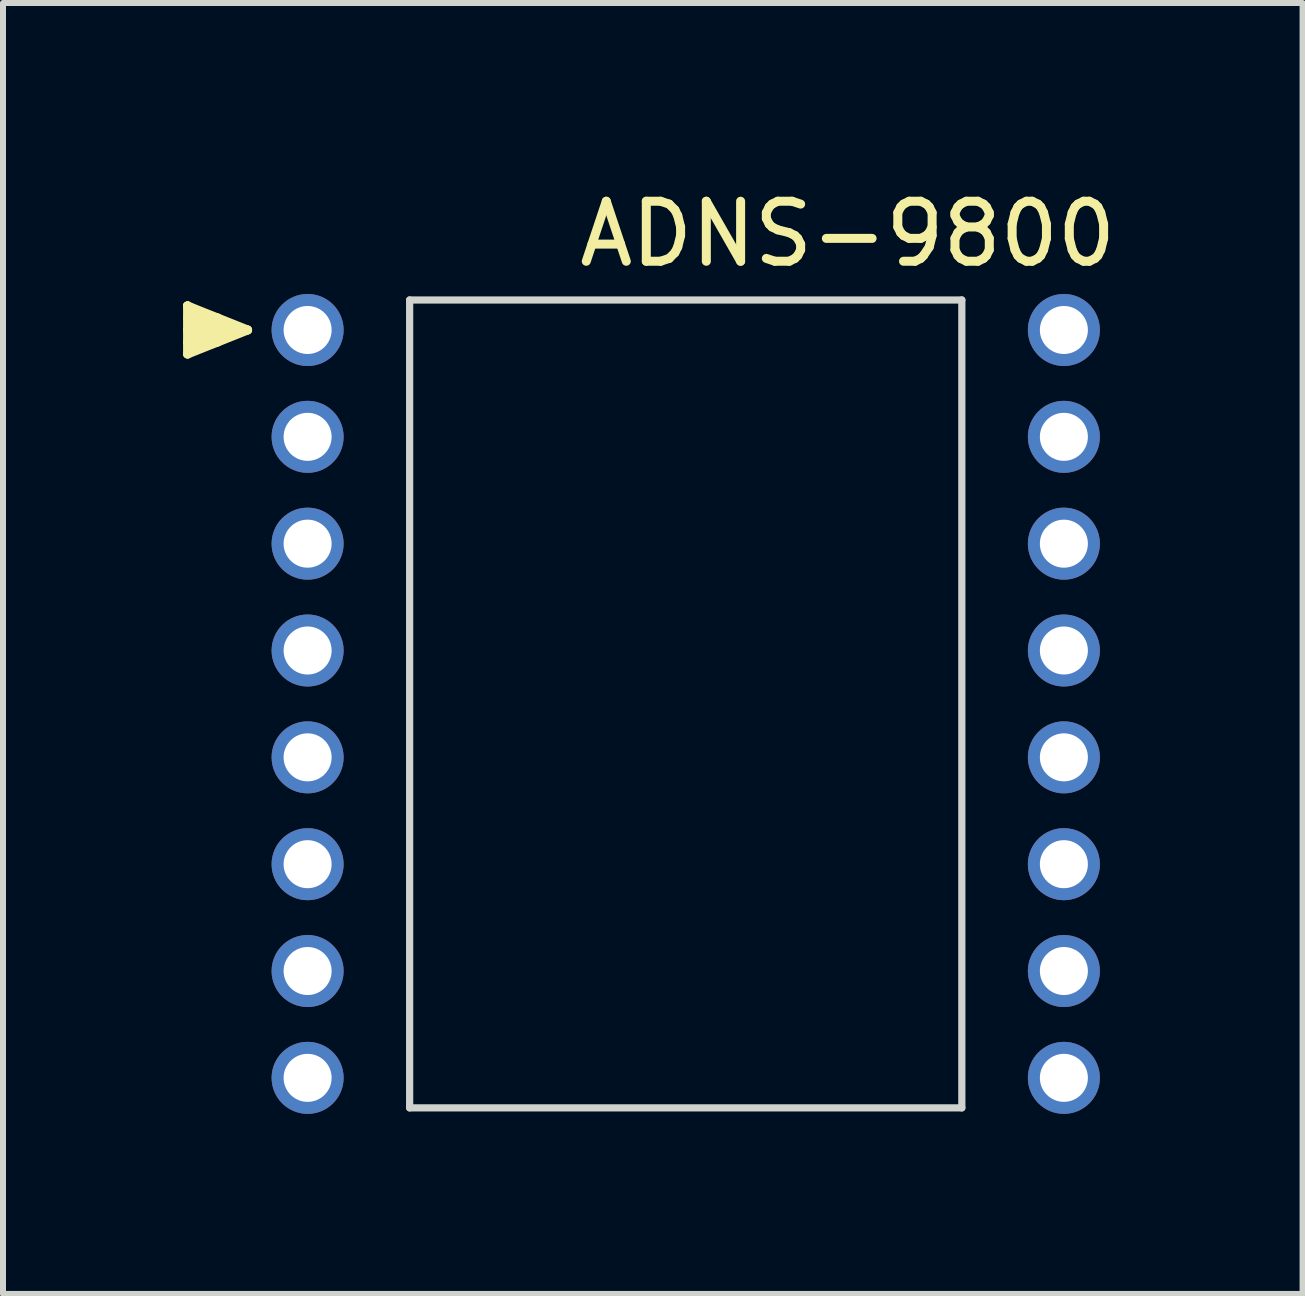
<source format=kicad_pcb>
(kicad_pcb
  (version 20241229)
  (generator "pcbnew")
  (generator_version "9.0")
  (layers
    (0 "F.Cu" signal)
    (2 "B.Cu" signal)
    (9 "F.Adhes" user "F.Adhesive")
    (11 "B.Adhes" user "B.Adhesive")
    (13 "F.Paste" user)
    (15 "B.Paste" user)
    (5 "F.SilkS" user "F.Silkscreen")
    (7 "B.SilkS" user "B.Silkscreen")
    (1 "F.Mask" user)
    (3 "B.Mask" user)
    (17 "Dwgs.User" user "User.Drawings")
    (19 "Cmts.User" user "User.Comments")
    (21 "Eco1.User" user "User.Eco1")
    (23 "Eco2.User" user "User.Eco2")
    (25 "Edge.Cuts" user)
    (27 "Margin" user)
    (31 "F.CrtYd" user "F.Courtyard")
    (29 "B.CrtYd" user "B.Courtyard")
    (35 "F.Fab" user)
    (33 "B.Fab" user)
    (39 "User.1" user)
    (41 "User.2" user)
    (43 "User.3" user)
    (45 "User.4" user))
  (footprint "ADNS-9800"
    (layer "F.Cu")
    (at 2.075 2.448)
    (property "Reference" "ADNS-9800" (at 9 -1.6 0) (unlocked yes) (layer "F.SilkS") (effects (font (size 1 1) (thickness 0.15))))
    (attr smd)
    (fp_line (start -2 -0.4) (end -2 0.4) (stroke (width 0.15) (type default)) (layer "F.SilkS"))
    (fp_line (start -2 -0.4) (end -1.8 0.2) (stroke (width 0.15) (type default)) (layer "F.SilkS"))
    (fp_line (start -2 -0.4) (end -1.65 0.2) (stroke (width 0.15) (type default)) (layer "F.SilkS"))
    (fp_line (start -2 0) (end -1.8 -0.2) (stroke (width 0.15) (type default)) (layer "F.SilkS"))
    (fp_line (start -2 0.2) (end -1.2 0) (stroke (width 0.15) (type default)) (layer "F.SilkS"))
    (fp_line (start -2 0.4) (end -1.6 -0.2) (stroke (width 0.15) (type default)) (layer "F.SilkS"))
    (fp_line (start -2 0.4) (end -1 0) (stroke (width 0.15) (type default)) (layer "F.SilkS"))
    (fp_line (start -1.8 -0.2) (end -2 -0.4) (stroke (width 0.15) (type default)) (layer "F.SilkS"))
    (fp_line (start -1.8 -0.2) (end -2 -0.2) (stroke (width 0.15) (type default)) (layer "F.SilkS"))
    (fp_line (start -1.8 -0.2) (end -1.8 0.2) (stroke (width 0.15) (type default)) (layer "F.SilkS"))
    (fp_line (start -1.8 0.2) (end -2 0) (stroke (width 0.15) (type default)) (layer "F.SilkS"))
    (fp_line (start -1.8 0.2) (end -1.5 0.2) (stroke (width 0.15) (type default)) (layer "F.SilkS"))
    (fp_line (start -1.65 0.2) (end -1.4 0) (stroke (width 0.15) (type default)) (layer "F.SilkS"))
    (fp_line (start -1.6 -0.2) (end -2 -0.4) (stroke (width 0.15) (type default)) (layer "F.SilkS"))
    (fp_line (start -1.525 0.1) (end -2 0.2) (stroke (width 0.15) (type default)) (layer "F.SilkS"))
    (fp_line (start -1.5 -0.2) (end -1.8 -0.2) (stroke (width 0.15) (type default)) (layer "F.SilkS"))
    (fp_line (start -1.5 0.2) (end -1.5 -0.2) (stroke (width 0.15) (type default)) (layer "F.SilkS"))
    (fp_line (start -1.2 0) (end -1.8 -0.2) (stroke (width 0.15) (type default)) (layer "F.SilkS"))
    (fp_line (start -1 0) (end -2 -0.4) (stroke (width 0.15) (type default)) (layer "F.SilkS"))
    (fp_line (start -1 0) (end -2 0) (stroke (width 0.15) (type default)) (layer "F.SilkS"))
    (fp_line (start 1.7 -0.5) (end 1.7 12.96) (stroke (width 0.12) (type default)) (layer "Edge.Cuts"))
    (fp_line (start 1.7 -0.5) (end 10.9 -0.5) (stroke (width 0.12) (type default)) (layer "Edge.Cuts"))
    (fp_line (start 1.7 12.96) (end 10.9 12.96) (stroke (width 0.12) (type default)) (layer "Edge.Cuts"))
    (fp_line (start 10.9 -0.5) (end 10.9 12.96) (stroke (width 0.12) (type default)) (layer "Edge.Cuts"))
    (pad "1" thru_hole circle (at 0 0) (size 1.2 1.2) (drill 0.8) (layers "*.Cu" "*.Mask"))
    (pad "2" thru_hole circle (at 0 1.78) (size 1.2 1.2) (drill 0.8) (layers "*.Cu" "*.Mask"))
    (pad "3" thru_hole circle (at 0 3.56) (size 1.2 1.2) (drill 0.8) (layers "*.Cu" "*.Mask"))
    (pad "4" thru_hole circle (at 0 5.34) (size 1.2 1.2) (drill 0.8) (layers "*.Cu" "*.Mask"))
    (pad "5" thru_hole circle (at 0 7.12) (size 1.2 1.2) (drill 0.8) (layers "*.Cu" "*.Mask"))
    (pad "6" thru_hole circle (at 0 8.9) (size 1.2 1.2) (drill 0.8) (layers "*.Cu" "*.Mask"))
    (pad "7" thru_hole circle (at 0 10.68) (size 1.2 1.2) (drill 0.8) (layers "*.Cu" "*.Mask"))
    (pad "8" thru_hole circle (at 0 12.46) (size 1.2 1.2) (drill 0.8) (layers "*.Cu" "*.Mask"))
    (pad "9" thru_hole circle (at 12.6 12.46) (size 1.2 1.2) (drill 0.8) (layers "*.Cu" "*.Mask"))
    (pad "10" thru_hole circle (at 12.6 10.68) (size 1.2 1.2) (drill 0.8) (layers "*.Cu" "*.Mask"))
    (pad "11" thru_hole circle (at 12.6 8.9) (size 1.2 1.2) (drill 0.8) (layers "*.Cu" "*.Mask"))
    (pad "12" thru_hole circle (at 12.6 7.12) (size 1.2 1.2) (drill 0.8) (layers "*.Cu" "*.Mask"))
    (pad "13" thru_hole circle (at 12.6 5.34) (size 1.2 1.2) (drill 0.8) (layers "*.Cu" "*.Mask"))
    (pad "14" thru_hole circle (at 12.6 3.56) (size 1.2 1.2) (drill 0.8) (layers "*.Cu" "*.Mask"))
    (pad "15" thru_hole circle (at 12.6 1.78) (size 1.2 1.2) (drill 0.8) (layers "*.Cu" "*.Mask"))
    (pad "16" thru_hole circle (at 12.6 0) (size 1.2 1.2) (drill 0.8) (layers "*.Cu" "*.Mask")))
  (gr_rect
    (start -3 -3)
    (end 18.652 18.508)
    (stroke (width 0.1) (type default))
    (fill no)
    (layer "Edge.Cuts")))
</source>
